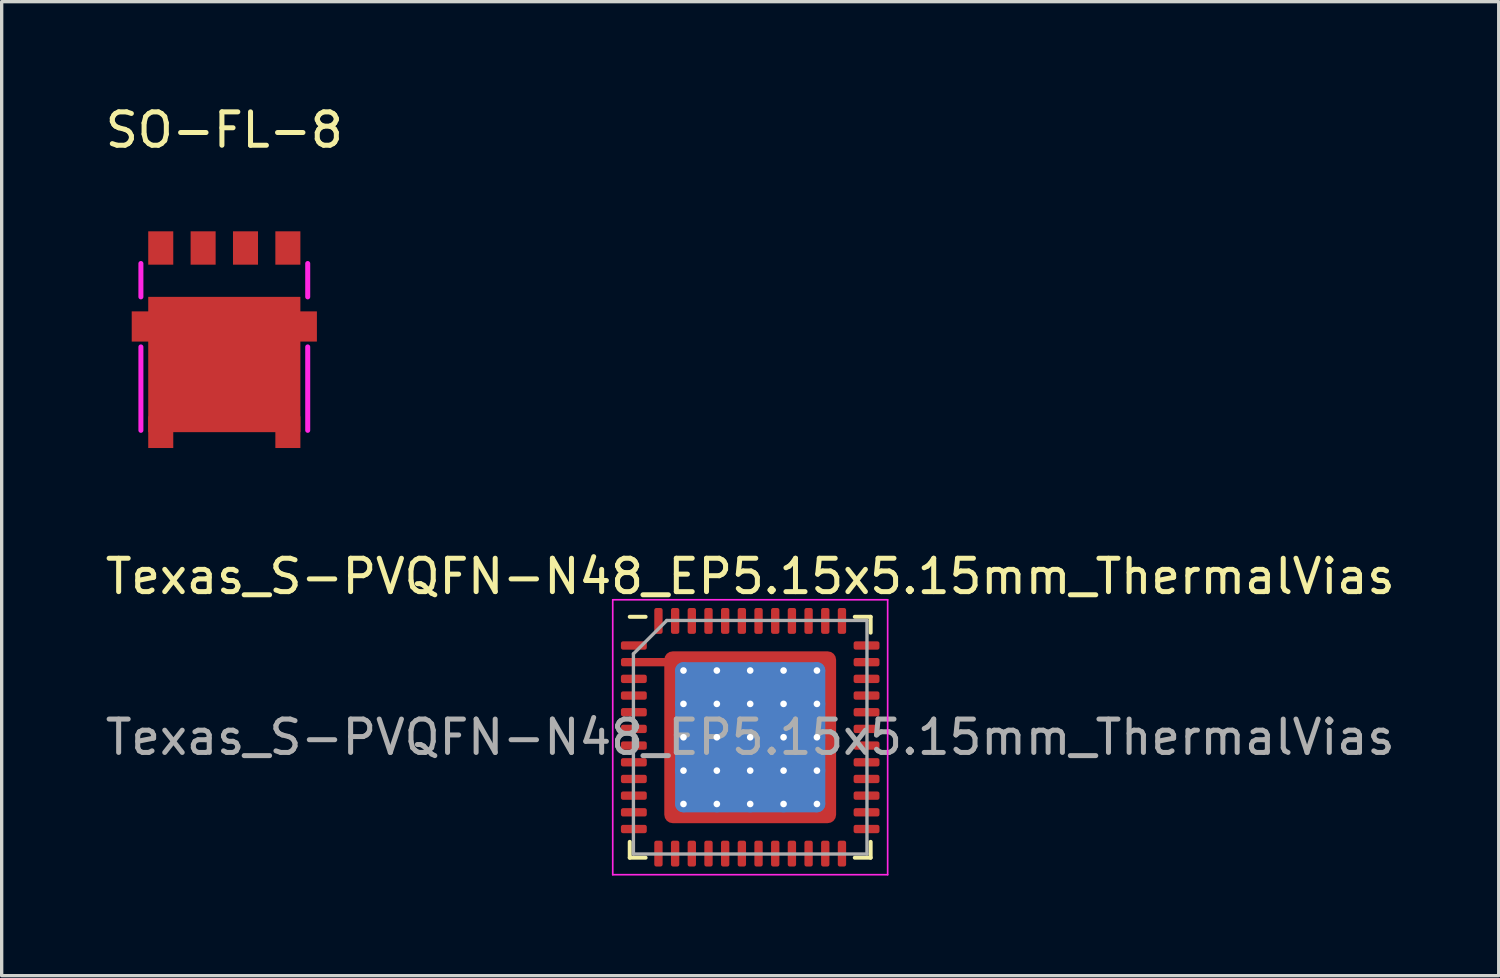
<source format=kicad_pcb>
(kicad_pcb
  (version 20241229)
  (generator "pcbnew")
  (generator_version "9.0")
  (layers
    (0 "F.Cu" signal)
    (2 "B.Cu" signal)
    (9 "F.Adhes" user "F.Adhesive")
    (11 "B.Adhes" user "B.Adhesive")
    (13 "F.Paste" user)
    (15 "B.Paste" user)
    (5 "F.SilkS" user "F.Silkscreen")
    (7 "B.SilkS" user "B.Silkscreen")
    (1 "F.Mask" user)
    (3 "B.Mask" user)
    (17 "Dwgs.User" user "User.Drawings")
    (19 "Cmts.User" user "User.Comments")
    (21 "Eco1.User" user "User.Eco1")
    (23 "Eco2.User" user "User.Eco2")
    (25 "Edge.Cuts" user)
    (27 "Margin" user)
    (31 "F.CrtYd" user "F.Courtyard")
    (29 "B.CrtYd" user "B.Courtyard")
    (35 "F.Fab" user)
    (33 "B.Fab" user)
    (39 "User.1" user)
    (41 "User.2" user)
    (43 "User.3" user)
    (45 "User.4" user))
  (footprint "Texas_S-PVQFN-N48_EP5.15x5.15mm_ThermalVias"
    (layer "F.Cu")
    (at 19.435 19.047)
    (property "Reference" "Texas_S-PVQFN-N48_EP5.15x5.15mm_ThermalVias" (at 0 -4.82 0) (layer "F.SilkS") (effects (font (size 1 1) (thickness 0.15))))
    (attr smd)
    (fp_line (start -3.61 3.61) (end -3.61 3.135) (stroke (width 0.12) (type solid)) (layer "F.SilkS"))
    (fp_line (start -3.135 -3.61) (end -3.61 -3.61) (stroke (width 0.12) (type solid)) (layer "F.SilkS"))
    (fp_line (start -3.135 3.61) (end -3.61 3.61) (stroke (width 0.12) (type solid)) (layer "F.SilkS"))
    (fp_line (start 3.135 -3.61) (end 3.61 -3.61) (stroke (width 0.12) (type solid)) (layer "F.SilkS"))
    (fp_line (start 3.135 3.61) (end 3.61 3.61) (stroke (width 0.12) (type solid)) (layer "F.SilkS"))
    (fp_line (start 3.61 -3.61) (end 3.61 -3.135) (stroke (width 0.12) (type solid)) (layer "F.SilkS"))
    (fp_line (start 3.61 3.61) (end 3.61 3.135) (stroke (width 0.12) (type solid)) (layer "F.SilkS"))
    (fp_line (start -4.12 -4.12) (end -4.12 4.12) (stroke (width 0.05) (type solid)) (layer "F.CrtYd"))
    (fp_line (start -4.12 4.12) (end 4.12 4.12) (stroke (width 0.05) (type solid)) (layer "F.CrtYd"))
    (fp_line (start 4.12 -4.12) (end -4.12 -4.12) (stroke (width 0.05) (type solid)) (layer "F.CrtYd"))
    (fp_line (start 4.12 4.12) (end 4.12 -4.12) (stroke (width 0.05) (type solid)) (layer "F.CrtYd"))
    (fp_line (start -3.5 -2.5) (end -2.5 -3.5) (stroke (width 0.1) (type solid)) (layer "F.Fab"))
    (fp_line (start -3.5 3.5) (end -3.5 -2.5) (stroke (width 0.1) (type solid)) (layer "F.Fab"))
    (fp_line (start -2.5 -3.5) (end 3.5 -3.5) (stroke (width 0.1) (type solid)) (layer "F.Fab"))
    (fp_line (start 3.5 -3.5) (end 3.5 3.5) (stroke (width 0.1) (type solid)) (layer "F.Fab"))
    (fp_line (start 3.5 3.5) (end -3.5 3.5) (stroke (width 0.1) (type solid)) (layer "F.Fab"))
    (fp_text user "${REFERENCE}" (at 0 0 0) (layer "F.Fab") (effects (font (size 1 1) (thickness 0.15))))
    (pad "" smd custom (at -2.288 -2.288) (size 0.342 0.342) (layers "F.Paste") (options (anchor circle)) (primitives (gr_poly (pts (xy -0.232 -0.232) (xy 0.232 -0.232) (xy 0.232 0.06) (xy 0.06 0.232) (xy -0.232 0.232)) (width 0) (fill yes))))
    (pad "" smd custom (at -2.288 -1.5) (size 0.371 0.371) (layers "F.Paste") (options (anchor circle)) (primitives (gr_poly (pts (xy -0.232 -0.403) (xy 0.102 -0.403) (xy 0.232 -0.273) (xy 0.232 0.273) (xy 0.102 0.403) (xy -0.232 0.403)) (width 0) (fill yes))))
    (pad "" smd custom (at -2.288 -0.5) (size 0.371 0.371) (layers "F.Paste") (options (anchor circle)) (primitives (gr_poly (pts (xy -0.232 -0.403) (xy 0.102 -0.403) (xy 0.232 -0.273) (xy 0.232 0.273) (xy 0.102 0.403) (xy -0.232 0.403)) (width 0) (fill yes))))
    (pad "" smd custom (at -2.288 0.5) (size 0.371 0.371) (layers "F.Paste") (options (anchor circle)) (primitives (gr_poly (pts (xy -0.232 -0.403) (xy 0.102 -0.403) (xy 0.232 -0.273) (xy 0.232 0.273) (xy 0.102 0.403) (xy -0.232 0.403)) (width 0) (fill yes))))
    (pad "" smd custom (at -2.288 1.5) (size 0.371 0.371) (layers "F.Paste") (options (anchor circle)) (primitives (gr_poly (pts (xy -0.232 -0.403) (xy 0.102 -0.403) (xy 0.232 -0.273) (xy 0.232 0.273) (xy 0.102 0.403) (xy -0.232 0.403)) (width 0) (fill yes))))
    (pad "" smd custom (at -2.288 2.288) (size 0.342 0.342) (layers "F.Paste") (options (anchor circle)) (primitives (gr_poly (pts (xy -0.232 -0.232) (xy 0.06 -0.232) (xy 0.232 -0.06) (xy 0.232 0.232) (xy -0.232 0.232)) (width 0) (fill yes))))
    (pad "" smd custom (at -1.5 -2.288) (size 0.371 0.371) (layers "F.Paste") (options (anchor circle)) (primitives (gr_poly (pts (xy -0.403 -0.232) (xy 0.403 -0.232) (xy 0.403 0.102) (xy 0.273 0.232) (xy -0.273 0.232) (xy -0.403 0.102)) (width 0) (fill yes))))
    (pad "" smd roundrect (at -1.5 -1.5) (size 0.806 0.806) (layers "F.Paste") (roundrect_rratio 0.25))
    (pad "" smd roundrect (at -1.5 -0.5) (size 0.806 0.806) (layers "F.Paste") (roundrect_rratio 0.25))
    (pad "" smd roundrect (at -1.5 0.5) (size 0.806 0.806) (layers "F.Paste") (roundrect_rratio 0.25))
    (pad "" smd roundrect (at -1.5 1.5) (size 0.806 0.806) (layers "F.Paste") (roundrect_rratio 0.25))
    (pad "" smd custom (at -1.5 2.288) (size 0.371 0.371) (layers "F.Paste") (options (anchor circle)) (primitives (gr_poly (pts (xy -0.403 -0.102) (xy -0.273 -0.232) (xy 0.273 -0.232) (xy 0.403 -0.102) (xy 0.403 0.232) (xy -0.403 0.232)) (width 0) (fill yes))))
    (pad "" smd custom (at -0.5 -2.288) (size 0.371 0.371) (layers "F.Paste") (options (anchor circle)) (primitives (gr_poly (pts (xy -0.403 -0.232) (xy 0.403 -0.232) (xy 0.403 0.102) (xy 0.273 0.232) (xy -0.273 0.232) (xy -0.403 0.102)) (width 0) (fill yes))))
    (pad "" smd roundrect (at -0.5 -1.5) (size 0.806 0.806) (layers "F.Paste") (roundrect_rratio 0.25))
    (pad "" smd roundrect (at -0.5 -0.5) (size 0.806 0.806) (layers "F.Paste") (roundrect_rratio 0.25))
    (pad "" smd roundrect (at -0.5 0.5) (size 0.806 0.806) (layers "F.Paste") (roundrect_rratio 0.25))
    (pad "" smd roundrect (at -0.5 1.5) (size 0.806 0.806) (layers "F.Paste") (roundrect_rratio 0.25))
    (pad "" smd custom (at -0.5 2.288) (size 0.371 0.371) (layers "F.Paste") (options (anchor circle)) (primitives (gr_poly (pts (xy -0.403 -0.102) (xy -0.273 -0.232) (xy 0.273 -0.232) (xy 0.403 -0.102) (xy 0.403 0.232) (xy -0.403 0.232)) (width 0) (fill yes))))
    (pad "" smd custom (at 0.5 -2.288) (size 0.371 0.371) (layers "F.Paste") (options (anchor circle)) (primitives (gr_poly (pts (xy -0.403 -0.232) (xy 0.403 -0.232) (xy 0.403 0.102) (xy 0.273 0.232) (xy -0.273 0.232) (xy -0.403 0.102)) (width 0) (fill yes))))
    (pad "" smd roundrect (at 0.5 -1.5) (size 0.806 0.806) (layers "F.Paste") (roundrect_rratio 0.25))
    (pad "" smd roundrect (at 0.5 -0.5) (size 0.806 0.806) (layers "F.Paste") (roundrect_rratio 0.25))
    (pad "" smd roundrect (at 0.5 0.5) (size 0.806 0.806) (layers "F.Paste") (roundrect_rratio 0.25))
    (pad "" smd roundrect (at 0.5 1.5) (size 0.806 0.806) (layers "F.Paste") (roundrect_rratio 0.25))
    (pad "" smd custom (at 0.5 2.288) (size 0.371 0.371) (layers "F.Paste") (options (anchor circle)) (primitives (gr_poly (pts (xy -0.403 -0.102) (xy -0.273 -0.232) (xy 0.273 -0.232) (xy 0.403 -0.102) (xy 0.403 0.232) (xy -0.403 0.232)) (width 0) (fill yes))))
    (pad "" smd custom (at 1.5 -2.288) (size 0.371 0.371) (layers "F.Paste") (options (anchor circle)) (primitives (gr_poly (pts (xy -0.403 -0.232) (xy 0.403 -0.232) (xy 0.403 0.102) (xy 0.273 0.232) (xy -0.273 0.232) (xy -0.403 0.102)) (width 0) (fill yes))))
    (pad "" smd roundrect (at 1.5 -1.5) (size 0.806 0.806) (layers "F.Paste") (roundrect_rratio 0.25))
    (pad "" smd roundrect (at 1.5 -0.5) (size 0.806 0.806) (layers "F.Paste") (roundrect_rratio 0.25))
    (pad "" smd roundrect (at 1.5 0.5) (size 0.806 0.806) (layers "F.Paste") (roundrect_rratio 0.25))
    (pad "" smd roundrect (at 1.5 1.5) (size 0.806 0.806) (layers "F.Paste") (roundrect_rratio 0.25))
    (pad "" smd custom (at 1.5 2.288) (size 0.371 0.371) (layers "F.Paste") (options (anchor circle)) (primitives (gr_poly (pts (xy -0.403 -0.102) (xy -0.273 -0.232) (xy 0.273 -0.232) (xy 0.403 -0.102) (xy 0.403 0.232) (xy -0.403 0.232)) (width 0) (fill yes))))
    (pad "" smd custom (at 2.288 -2.288) (size 0.342 0.342) (layers "F.Paste") (options (anchor circle)) (primitives (gr_poly (pts (xy -0.232 -0.232) (xy 0.232 -0.232) (xy 0.232 0.232) (xy -0.06 0.232) (xy -0.232 0.06)) (width 0) (fill yes))))
    (pad "" smd custom (at 2.288 -1.5) (size 0.371 0.371) (layers "F.Paste") (options (anchor circle)) (primitives (gr_poly (pts (xy -0.232 -0.273) (xy -0.102 -0.403) (xy 0.232 -0.403) (xy 0.232 0.403) (xy -0.102 0.403) (xy -0.232 0.273)) (width 0) (fill yes))))
    (pad "" smd custom (at 2.288 -0.5) (size 0.371 0.371) (layers "F.Paste") (options (anchor circle)) (primitives (gr_poly (pts (xy -0.232 -0.273) (xy -0.102 -0.403) (xy 0.232 -0.403) (xy 0.232 0.403) (xy -0.102 0.403) (xy -0.232 0.273)) (width 0) (fill yes))))
    (pad "" smd custom (at 2.288 0.5) (size 0.371 0.371) (layers "F.Paste") (options (anchor circle)) (primitives (gr_poly (pts (xy -0.232 -0.273) (xy -0.102 -0.403) (xy 0.232 -0.403) (xy 0.232 0.403) (xy -0.102 0.403) (xy -0.232 0.273)) (width 0) (fill yes))))
    (pad "" smd custom (at 2.288 1.5) (size 0.371 0.371) (layers "F.Paste") (options (anchor circle)) (primitives (gr_poly (pts (xy -0.232 -0.273) (xy -0.102 -0.403) (xy 0.232 -0.403) (xy 0.232 0.403) (xy -0.102 0.403) (xy -0.232 0.273)) (width 0) (fill yes))))
    (pad "" smd custom (at 2.288 2.288) (size 0.342 0.342) (layers "F.Paste") (options (anchor circle)) (primitives (gr_poly (pts (xy -0.232 -0.06) (xy -0.06 -0.232) (xy 0.232 -0.232) (xy 0.232 0.232) (xy -0.232 0.232)) (width 0) (fill yes))))
    (pad "1" smd roundrect (at -3.487 -2.75) (size 0.775 0.25) (layers "F.Cu" "F.Mask" "F.Paste") (roundrect_rratio 0.25))
    (pad "2" smd roundrect (at -3.487 -2.25) (size 1.55 0.25) (drill (offset 0.389 0)) (layers "F.Cu" "F.Mask" "F.Paste") (roundrect_rratio 0.25))
    (pad "3" smd roundrect (at -3.487 -1.75) (size 0.775 0.25) (layers "F.Cu" "F.Mask" "F.Paste") (roundrect_rratio 0.25))
    (pad "4" smd roundrect (at -3.487 -1.25) (size 0.775 0.25) (layers "F.Cu" "F.Mask" "F.Paste") (roundrect_rratio 0.25))
    (pad "5" smd roundrect (at -3.487 -0.75) (size 0.775 0.25) (layers "F.Cu" "F.Mask" "F.Paste") (roundrect_rratio 0.25))
    (pad "6" smd roundrect (at -3.487 -0.25) (size 0.775 0.25) (layers "F.Cu" "F.Mask" "F.Paste") (roundrect_rratio 0.25))
    (pad "7" smd roundrect (at -3.487 0.25) (size 0.775 0.25) (layers "F.Cu" "F.Mask" "F.Paste") (roundrect_rratio 0.25))
    (pad "8" smd roundrect (at -3.487 0.75) (size 0.775 0.25) (layers "F.Cu" "F.Mask" "F.Paste") (roundrect_rratio 0.25))
    (pad "9" smd roundrect (at -3.487 1.25) (size 0.775 0.25) (layers "F.Cu" "F.Mask" "F.Paste") (roundrect_rratio 0.25))
    (pad "10" smd roundrect (at -3.487 1.75) (size 0.775 0.25) (layers "F.Cu" "F.Mask" "F.Paste") (roundrect_rratio 0.25))
    (pad "11" smd roundrect (at -3.487 2.25) (size 0.775 0.25) (layers "F.Cu" "F.Mask" "F.Paste") (roundrect_rratio 0.25))
    (pad "12" smd roundrect (at -3.487 2.75) (size 0.775 0.25) (layers "F.Cu" "F.Mask" "F.Paste") (roundrect_rratio 0.25))
    (pad "13" smd roundrect (at -2.75 3.487) (size 0.25 0.775) (layers "F.Cu" "F.Mask" "F.Paste") (roundrect_rratio 0.25))
    (pad "14" smd roundrect (at -2.25 3.487) (size 0.25 0.775) (layers "F.Cu" "F.Mask" "F.Paste") (roundrect_rratio 0.25))
    (pad "15" smd roundrect (at -1.75 3.487) (size 0.25 0.775) (layers "F.Cu" "F.Mask" "F.Paste") (roundrect_rratio 0.25))
    (pad "16" smd roundrect (at -1.25 3.487) (size 0.25 0.775) (layers "F.Cu" "F.Mask" "F.Paste") (roundrect_rratio 0.25))
    (pad "17" smd roundrect (at -0.75 3.487) (size 0.25 0.775) (layers "F.Cu" "F.Mask" "F.Paste") (roundrect_rratio 0.25))
    (pad "18" smd roundrect (at -0.25 3.487) (size 0.25 0.775) (layers "F.Cu" "F.Mask" "F.Paste") (roundrect_rratio 0.25))
    (pad "19" smd roundrect (at 0.25 3.487) (size 0.25 0.775) (layers "F.Cu" "F.Mask" "F.Paste") (roundrect_rratio 0.25))
    (pad "20" smd roundrect (at 0.75 3.487) (size 0.25 0.775) (layers "F.Cu" "F.Mask" "F.Paste") (roundrect_rratio 0.25))
    (pad "21" smd roundrect (at 1.25 3.487) (size 0.25 0.775) (layers "F.Cu" "F.Mask" "F.Paste") (roundrect_rratio 0.25))
    (pad "22" smd roundrect (at 1.75 3.487) (size 0.25 0.775) (layers "F.Cu" "F.Mask" "F.Paste") (roundrect_rratio 0.25))
    (pad "23" smd roundrect (at 2.25 3.487) (size 0.25 0.775) (layers "F.Cu" "F.Mask" "F.Paste") (roundrect_rratio 0.25))
    (pad "24" smd roundrect (at 2.75 3.487) (size 0.25 0.775) (layers "F.Cu" "F.Mask" "F.Paste") (roundrect_rratio 0.25))
    (pad "25" smd roundrect (at 3.487 2.75) (size 0.775 0.25) (layers "F.Cu" "F.Mask" "F.Paste") (roundrect_rratio 0.25))
    (pad "26" smd roundrect (at 3.487 2.25) (size 0.775 0.25) (layers "F.Cu" "F.Mask" "F.Paste") (roundrect_rratio 0.25))
    (pad "27" smd roundrect (at 3.487 1.75) (size 0.775 0.25) (layers "F.Cu" "F.Mask" "F.Paste") (roundrect_rratio 0.25))
    (pad "28" smd roundrect (at 3.487 1.25) (size 0.775 0.25) (layers "F.Cu" "F.Mask" "F.Paste") (roundrect_rratio 0.25))
    (pad "29" smd roundrect (at 3.487 0.75) (size 0.775 0.25) (layers "F.Cu" "F.Mask" "F.Paste") (roundrect_rratio 0.25))
    (pad "30" smd roundrect (at 3.487 0.25) (size 0.775 0.25) (layers "F.Cu" "F.Mask" "F.Paste") (roundrect_rratio 0.25))
    (pad "31" smd roundrect (at 3.487 -0.25) (size 0.775 0.25) (layers "F.Cu" "F.Mask" "F.Paste") (roundrect_rratio 0.25))
    (pad "32" smd roundrect (at 3.487 -0.75) (size 0.775 0.25) (layers "F.Cu" "F.Mask" "F.Paste") (roundrect_rratio 0.25))
    (pad "33" smd roundrect (at 3.487 -1.25) (size 0.775 0.25) (layers "F.Cu" "F.Mask" "F.Paste") (roundrect_rratio 0.25))
    (pad "34" smd roundrect (at 3.487 -1.75) (size 0.775 0.25) (layers "F.Cu" "F.Mask" "F.Paste") (roundrect_rratio 0.25))
    (pad "35" smd roundrect (at 3.487 -2.25) (size 0.775 0.25) (layers "F.Cu" "F.Mask" "F.Paste") (roundrect_rratio 0.25))
    (pad "36" smd roundrect (at 3.487 -2.75) (size 0.775 0.25) (layers "F.Cu" "F.Mask" "F.Paste") (roundrect_rratio 0.25))
    (pad "37" smd roundrect (at 2.75 -3.487) (size 0.25 0.775) (layers "F.Cu" "F.Mask" "F.Paste") (roundrect_rratio 0.25))
    (pad "38" smd roundrect (at 2.25 -3.487) (size 0.25 0.775) (layers "F.Cu" "F.Mask" "F.Paste") (roundrect_rratio 0.25))
    (pad "39" smd roundrect (at 1.75 -3.487) (size 0.25 0.775) (layers "F.Cu" "F.Mask" "F.Paste") (roundrect_rratio 0.25))
    (pad "40" smd roundrect (at 1.25 -3.487) (size 0.25 0.775) (layers "F.Cu" "F.Mask" "F.Paste") (roundrect_rratio 0.25))
    (pad "41" smd roundrect (at 0.75 -3.487) (size 0.25 0.775) (layers "F.Cu" "F.Mask" "F.Paste") (roundrect_rratio 0.25))
    (pad "42" smd roundrect (at 0.25 -3.487) (size 0.25 0.775) (layers "F.Cu" "F.Mask" "F.Paste") (roundrect_rratio 0.25))
    (pad "43" smd roundrect (at -0.25 -3.487) (size 0.25 0.775) (layers "F.Cu" "F.Mask" "F.Paste") (roundrect_rratio 0.25))
    (pad "44" smd roundrect (at -0.75 -3.487) (size 0.25 0.775) (layers "F.Cu" "F.Mask" "F.Paste") (roundrect_rratio 0.25))
    (pad "45" smd roundrect (at -1.25 -3.487) (size 0.25 0.775) (layers "F.Cu" "F.Mask" "F.Paste") (roundrect_rratio 0.25))
    (pad "46" smd roundrect (at -1.75 -3.487) (size 0.25 0.775) (layers "F.Cu" "F.Mask" "F.Paste") (roundrect_rratio 0.25))
    (pad "47" smd roundrect (at -2.25 -3.487) (size 0.25 0.775) (layers "F.Cu" "F.Mask" "F.Paste") (roundrect_rratio 0.25))
    (pad "48" smd roundrect (at -2.75 -3.487) (size 0.25 0.775) (layers "F.Cu" "F.Mask" "F.Paste") (roundrect_rratio 0.25))
    (pad "49" thru_hole circle (at -2 0) (size 0.5 0.5) (drill 0.2) (layers "*.Cu"))
    (pad "49" thru_hole circle (at -2 -2) (size 0.5 0.5) (drill 0.2) (layers "*.Cu"))
    (pad "49" thru_hole circle (at -2 -1) (size 0.5 0.5) (drill 0.2) (layers "*.Cu"))
    (pad "49" thru_hole circle (at -2 1) (size 0.5 0.5) (drill 0.2) (layers "*.Cu"))
    (pad "49" thru_hole circle (at -2 2) (size 0.5 0.5) (drill 0.2) (layers "*.Cu"))
    (pad "49" thru_hole circle (at -1 -2) (size 0.5 0.5) (drill 0.2) (layers "*.Cu"))
    (pad "49" thru_hole circle (at -1 -1) (size 0.5 0.5) (drill 0.2) (layers "*.Cu"))
    (pad "49" thru_hole circle (at -1 0) (size 0.5 0.5) (drill 0.2) (layers "*.Cu"))
    (pad "49" thru_hole circle (at -1 1) (size 0.5 0.5) (drill 0.2) (layers "*.Cu"))
    (pad "49" thru_hole circle (at -1 2) (size 0.5 0.5) (drill 0.2) (layers "*.Cu"))
    (pad "49" thru_hole circle (at 0 -2) (size 0.5 0.5) (drill 0.2) (layers "*.Cu"))
    (pad "49" thru_hole circle (at 0 -1) (size 0.5 0.5) (drill 0.2) (layers "*.Cu"))
    (pad "49" thru_hole circle (at 0 0) (size 0.5 0.5) (drill 0.2) (layers "*.Cu"))
    (pad "49" smd roundrect (at 0 0) (size 4.5 4.5) (layers "B.Cu") (roundrect_rratio 0.056))
    (pad "49" smd roundrect (at 0 0) (size 5.15 5.15) (layers "F.Cu" "F.Mask") (roundrect_rratio 0.049))
    (pad "49" thru_hole circle (at 0 1) (size 0.5 0.5) (drill 0.2) (layers "*.Cu"))
    (pad "49" thru_hole circle (at 0 2) (size 0.5 0.5) (drill 0.2) (layers "*.Cu"))
    (pad "49" thru_hole circle (at 1 -2) (size 0.5 0.5) (drill 0.2) (layers "*.Cu"))
    (pad "49" thru_hole circle (at 1 -1) (size 0.5 0.5) (drill 0.2) (layers "*.Cu"))
    (pad "49" thru_hole circle (at 1 0) (size 0.5 0.5) (drill 0.2) (layers "*.Cu"))
    (pad "49" thru_hole circle (at 1 1) (size 0.5 0.5) (drill 0.2) (layers "*.Cu"))
    (pad "49" thru_hole circle (at 1 2) (size 0.5 0.5) (drill 0.2) (layers "*.Cu"))
    (pad "49" thru_hole circle (at 2 -2) (size 0.5 0.5) (drill 0.2) (layers "*.Cu"))
    (pad "49" thru_hole circle (at 2 -1) (size 0.5 0.5) (drill 0.2) (layers "*.Cu"))
    (pad "49" thru_hole circle (at 2 1) (size 0.5 0.5) (drill 0.2) (layers "*.Cu"))
    (pad "49" thru_hole circle (at 2 2) (size 0.5 0.5) (drill 0.2) (layers "*.Cu"))
    (pad "49" thru_hole circle (at 2 0) (size 0.5 0.5) (drill 0.2) (layers "*.Cu")))
  (footprint "SO-FL-8"
    (layer "F.Cu")
    (at 3.673 5.848)
    (property "Reference" "SO-FL-8" (at 0 -5 0) (layer "F.SilkS") (effects (font (size 1 1) (thickness 0.15))))
    (attr through_hole)
    (fp_line (start -2.5 -1) (end -2.5 0) (stroke (width 0.15) (type solid)) (layer "F.CrtYd"))
    (fp_line (start -2.5 1.5) (end -2.5 4) (stroke (width 0.15) (type solid)) (layer "F.CrtYd"))
    (fp_line (start 2.5 -1) (end 2.5 0) (stroke (width 0.15) (type solid)) (layer "F.CrtYd"))
    (fp_line (start 2.5 1.5) (end 2.5 4) (stroke (width 0.15) (type solid)) (layer "F.CrtYd"))
    (pad "1" smd rect (at -2.28 0.887) (size 0.99 0.905) (layers "F.Cu" "F.Mask" "F.Paste"))
    (pad "1" smd rect (at -1.905 4.055) (size 0.75 0.95) (layers "F.Cu" "F.Mask" "F.Paste"))
    (pad "1" smd rect (at 0 2.027) (size 4.56 4.055) (layers "F.Cu" "F.Mask" "F.Paste"))
    (pad "1" smd rect (at 1.905 4.055) (size 0.75 0.95) (layers "F.Cu" "F.Mask" "F.Paste"))
    (pad "1" smd rect (at 2.28 0.887) (size 0.99 0.905) (layers "F.Cu" "F.Mask" "F.Paste"))
    (pad "2" smd rect (at -1.905 -1.465) (size 0.75 1) (layers "F.Cu" "F.Mask" "F.Paste"))
    (pad "3" smd rect (at -0.635 -1.465) (size 0.75 1) (layers "F.Cu" "F.Mask" "F.Paste"))
    (pad "3" smd rect (at 0.635 -1.465) (size 0.75 1) (layers "F.Cu" "F.Mask" "F.Paste"))
    (pad "3" smd rect (at 1.905 -1.465) (size 0.75 1) (layers "F.Cu" "F.Mask" "F.Paste")))
  (gr_rect
    (start -3 -3)
    (end 41.869 26.192)
    (stroke (width 0.1) (type default))
    (fill no)
    (layer "Edge.Cuts")))
</source>
